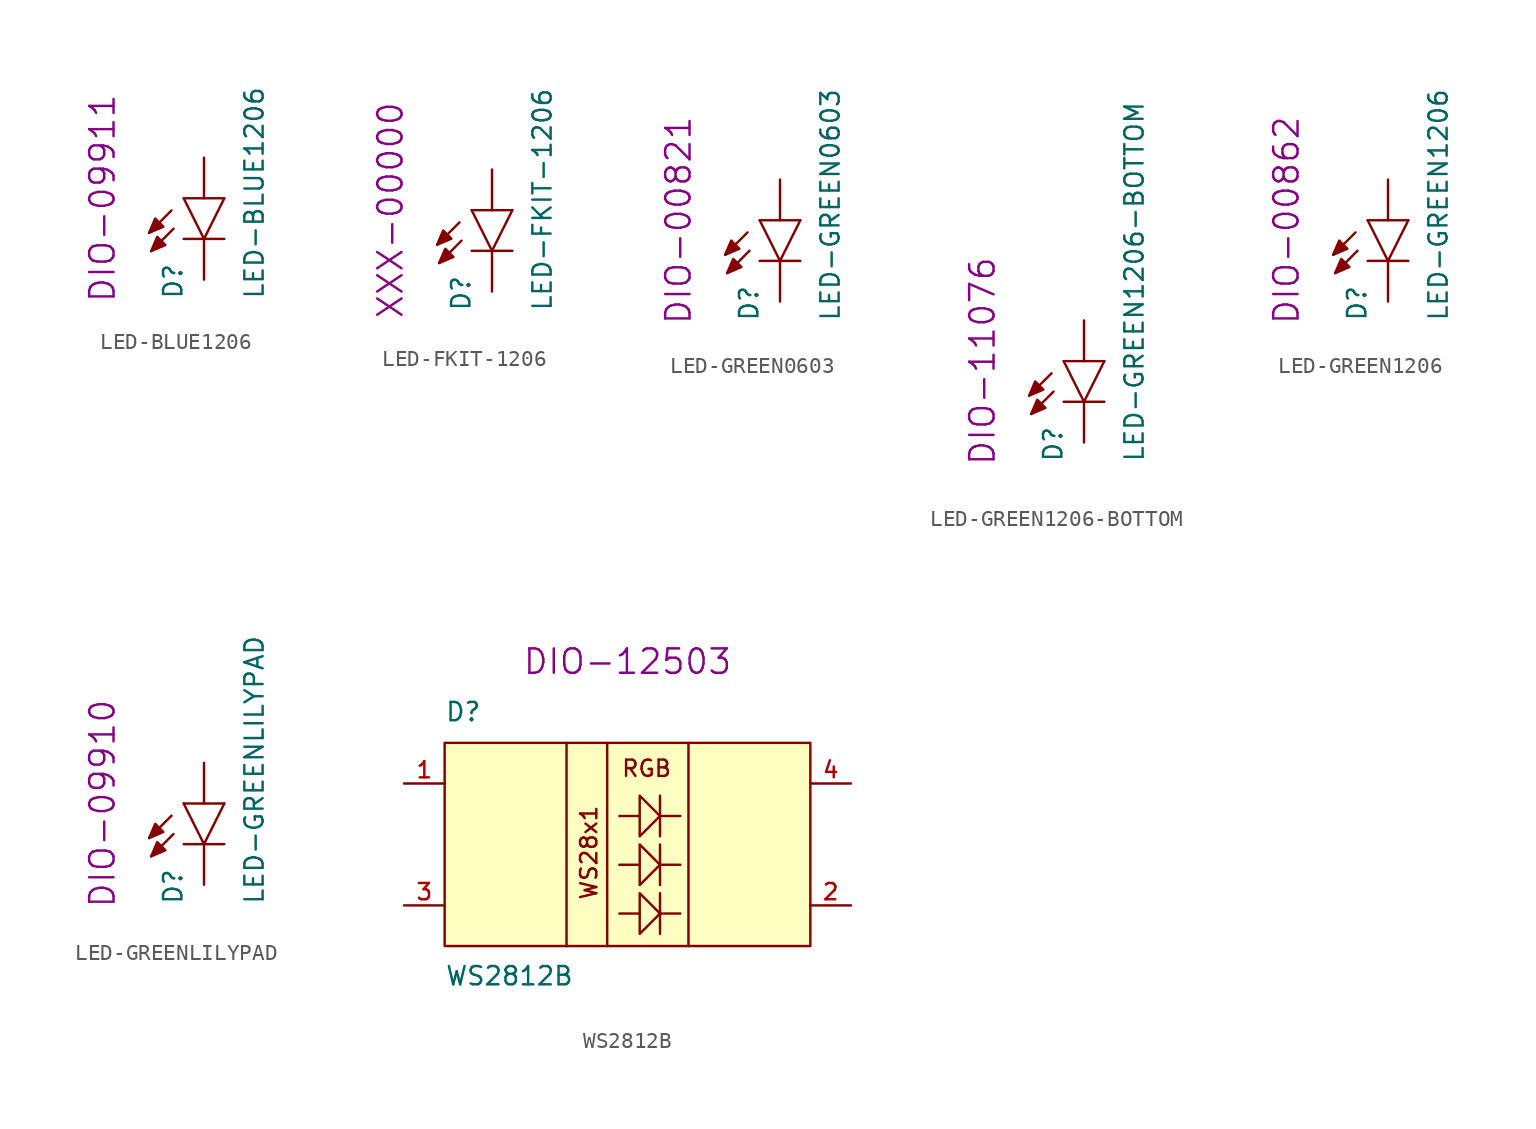
<source format=kicad_sym>
(kicad_symbol_lib
  (version 20220914)
  (generator kicad_symbol_editor)
  (symbol "LED-BLUE1206"
    (pin_numbers hide)
    (pin_names
      (offset 1.016) hide)
    (property "Reference" "D"
      (at -1.27 -6.35 90)
      (effects (font (size 1.143 1.143)) (justify left bottom)))
    (property "Value" "LED-BLUE1206"
      (at 3.81 -6.35 90)
      (effects (font (size 1.143 1.143)) (justify left bottom)))
    (property "Field4" "DIO-09911"
      (at -6.35 0 90)
      (effects (font (size 1.524 1.524))))
    (property "ki_locked" ""
      (at 0 0 0)
      (effects (font (size 1.27 1.27))))
    (symbol "LED-BLUE1206_1_0"
      (polyline (pts (xy -2.032 -0.762) (xy -3.429 -2.159)) (stroke (width 0) (type solid)) (fill (type none)))
      (polyline (pts (xy -1.905 -1.905) (xy -3.302 -3.302)) (stroke (width 0) (type solid)) (fill (type none)))
      (polyline (pts (xy 0 -2.54) (xy -1.27 -2.54)) (stroke (width 0) (type solid)) (fill (type none)))
      (polyline (pts (xy 0 -2.54) (xy -1.27 0)) (stroke (width 0) (type solid)) (fill (type none)))
      (polyline (pts (xy 1.27 -2.54) (xy 0 -2.54)) (stroke (width 0) (type solid)) (fill (type none)))
      (polyline (pts (xy 1.27 0) (xy -1.27 0)) (stroke (width 0) (type solid)) (fill (type none)))
      (polyline (pts (xy 1.27 0) (xy 0 -2.54)) (stroke (width 0) (type solid)) (fill (type none))))
    (symbol "LED-BLUE1206_1_1"
      (polyline (pts (xy -3.429 -2.159) (xy -3.048 -1.27) (xy -3.048 -1.27) (xy -2.54 -1.778) (xy -2.54 -1.778) (xy -3.429 -2.159)) (stroke (width 0) (type solid)) (fill (type outline)))
      (polyline (pts (xy -3.302 -3.302) (xy -2.921 -2.413) (xy -2.921 -2.413) (xy -2.413 -2.921) (xy -2.413 -2.921) (xy -3.302 -3.302)) (stroke (width 0) (type solid)) (fill (type outline)))
      (pin passive line (at 0 2.54 270) (length 2.54) (name "A" (effects (font (size 1.016 1.016)))) (number "A" (effects (font (size 1.016 1.016)))))
      (pin passive line (at 0 -5.08 90) (length 2.54) (name "C" (effects (font (size 1.016 1.016)))) (number "C" (effects (font (size 1.016 1.016)))))))
  (symbol "LED-FKIT-1206"
    (pin_numbers hide)
    (pin_names
      (offset 1.016) hide)
    (property "Reference" "D"
      (at -1.27 -6.35 90)
      (effects (font (size 1.143 1.143)) (justify left bottom)))
    (property "Value" "LED-FKIT-1206"
      (at 3.81 -6.35 90)
      (effects (font (size 1.143 1.143)) (justify left bottom)))
    (property "Field4" "XXX-00000"
      (at -6.35 0 90)
      (effects (font (size 1.524 1.524))))
    (property "ki_locked" ""
      (at 0 0 0)
      (effects (font (size 1.27 1.27))))
    (symbol "LED-FKIT-1206_1_0"
      (polyline (pts (xy -2.032 -0.762) (xy -3.429 -2.159)) (stroke (width 0) (type solid)) (fill (type none)))
      (polyline (pts (xy -1.905 -1.905) (xy -3.302 -3.302)) (stroke (width 0) (type solid)) (fill (type none)))
      (polyline (pts (xy 0 -2.54) (xy -1.27 -2.54)) (stroke (width 0) (type solid)) (fill (type none)))
      (polyline (pts (xy 0 -2.54) (xy -1.27 0)) (stroke (width 0) (type solid)) (fill (type none)))
      (polyline (pts (xy 1.27 -2.54) (xy 0 -2.54)) (stroke (width 0) (type solid)) (fill (type none)))
      (polyline (pts (xy 1.27 0) (xy -1.27 0)) (stroke (width 0) (type solid)) (fill (type none)))
      (polyline (pts (xy 1.27 0) (xy 0 -2.54)) (stroke (width 0) (type solid)) (fill (type none))))
    (symbol "LED-FKIT-1206_1_1"
      (polyline (pts (xy -3.429 -2.159) (xy -3.048 -1.27) (xy -3.048 -1.27) (xy -2.54 -1.778) (xy -2.54 -1.778) (xy -3.429 -2.159)) (stroke (width 0) (type solid)) (fill (type outline)))
      (polyline (pts (xy -3.302 -3.302) (xy -2.921 -2.413) (xy -2.921 -2.413) (xy -2.413 -2.921) (xy -2.413 -2.921) (xy -3.302 -3.302)) (stroke (width 0) (type solid)) (fill (type outline)))
      (pin passive line (at 0 2.54 270) (length 2.54) (name "A" (effects (font (size 1.016 1.016)))) (number "A" (effects (font (size 1.016 1.016)))))
      (pin passive line (at 0 -5.08 90) (length 2.54) (name "C" (effects (font (size 1.016 1.016)))) (number "C" (effects (font (size 1.016 1.016)))))))
  (symbol "LED-GREEN0603"
    (pin_numbers hide)
    (pin_names
      (offset 1.016) hide)
    (property "Reference" "D"
      (at -1.27 -6.35 90)
      (effects (font (size 1.143 1.143)) (justify left bottom)))
    (property "Value" "LED-GREEN0603"
      (at 3.81 -6.35 90)
      (effects (font (size 1.143 1.143)) (justify left bottom)))
    (property "Field4" "DIO-00821"
      (at -6.35 0 90)
      (effects (font (size 1.524 1.524))))
    (property "ki_locked" ""
      (at 0 0 0)
      (effects (font (size 1.27 1.27))))
    (symbol "LED-GREEN0603_1_0"
      (polyline (pts (xy -2.032 -0.762) (xy -3.429 -2.159)) (stroke (width 0) (type solid)) (fill (type none)))
      (polyline (pts (xy -1.905 -1.905) (xy -3.302 -3.302)) (stroke (width 0) (type solid)) (fill (type none)))
      (polyline (pts (xy 0 -2.54) (xy -1.27 -2.54)) (stroke (width 0) (type solid)) (fill (type none)))
      (polyline (pts (xy 0 -2.54) (xy -1.27 0)) (stroke (width 0) (type solid)) (fill (type none)))
      (polyline (pts (xy 1.27 -2.54) (xy 0 -2.54)) (stroke (width 0) (type solid)) (fill (type none)))
      (polyline (pts (xy 1.27 0) (xy -1.27 0)) (stroke (width 0) (type solid)) (fill (type none)))
      (polyline (pts (xy 1.27 0) (xy 0 -2.54)) (stroke (width 0) (type solid)) (fill (type none))))
    (symbol "LED-GREEN0603_1_1"
      (polyline (pts (xy -3.429 -2.159) (xy -3.048 -1.27) (xy -3.048 -1.27) (xy -2.54 -1.778) (xy -2.54 -1.778) (xy -3.429 -2.159)) (stroke (width 0) (type solid)) (fill (type outline)))
      (polyline (pts (xy -3.302 -3.302) (xy -2.921 -2.413) (xy -2.921 -2.413) (xy -2.413 -2.921) (xy -2.413 -2.921) (xy -3.302 -3.302)) (stroke (width 0) (type solid)) (fill (type outline)))
      (pin passive line (at 0 2.54 270) (length 2.54) (name "A" (effects (font (size 1.016 1.016)))) (number "A" (effects (font (size 1.016 1.016)))))
      (pin passive line (at 0 -5.08 90) (length 2.54) (name "C" (effects (font (size 1.016 1.016)))) (number "C" (effects (font (size 1.016 1.016)))))))
  (symbol "LED-GREEN1206-BOTTOM"
    (pin_numbers hide)
    (pin_names
      (offset 1.016) hide)
    (property "Reference" "D"
      (at -1.27 -6.35 90)
      (effects (font (size 1.143 1.143)) (justify left bottom)))
    (property "Value" "LED-GREEN1206-BOTTOM"
      (at 3.81 -6.35 90)
      (effects (font (size 1.143 1.143)) (justify left bottom)))
    (property "Field4" "DIO-11076"
      (at -6.35 0 90)
      (effects (font (size 1.524 1.524))))
    (property "ki_locked" ""
      (at 0 0 0)
      (effects (font (size 1.27 1.27))))
    (symbol "LED-GREEN1206-BOTTOM_1_0"
      (polyline (pts (xy -2.032 -0.762) (xy -3.429 -2.159)) (stroke (width 0) (type solid)) (fill (type none)))
      (polyline (pts (xy -1.905 -1.905) (xy -3.302 -3.302)) (stroke (width 0) (type solid)) (fill (type none)))
      (polyline (pts (xy 0 -2.54) (xy -1.27 -2.54)) (stroke (width 0) (type solid)) (fill (type none)))
      (polyline (pts (xy 0 -2.54) (xy -1.27 0)) (stroke (width 0) (type solid)) (fill (type none)))
      (polyline (pts (xy 1.27 -2.54) (xy 0 -2.54)) (stroke (width 0) (type solid)) (fill (type none)))
      (polyline (pts (xy 1.27 0) (xy -1.27 0)) (stroke (width 0) (type solid)) (fill (type none)))
      (polyline (pts (xy 1.27 0) (xy 0 -2.54)) (stroke (width 0) (type solid)) (fill (type none))))
    (symbol "LED-GREEN1206-BOTTOM_1_1"
      (polyline (pts (xy -3.429 -2.159) (xy -3.048 -1.27) (xy -3.048 -1.27) (xy -2.54 -1.778) (xy -2.54 -1.778) (xy -3.429 -2.159)) (stroke (width 0) (type solid)) (fill (type outline)))
      (polyline (pts (xy -3.302 -3.302) (xy -2.921 -2.413) (xy -2.921 -2.413) (xy -2.413 -2.921) (xy -2.413 -2.921) (xy -3.302 -3.302)) (stroke (width 0) (type solid)) (fill (type outline)))
      (pin passive line (at 0 2.54 270) (length 2.54) (name "A" (effects (font (size 1.016 1.016)))) (number "A" (effects (font (size 1.016 1.016)))))
      (pin passive line (at 0 -5.08 90) (length 2.54) (name "C" (effects (font (size 1.016 1.016)))) (number "C" (effects (font (size 1.016 1.016)))))))
  (symbol "LED-GREEN1206"
    (pin_numbers hide)
    (pin_names
      (offset 1.016) hide)
    (property "Reference" "D"
      (at -1.27 -6.35 90)
      (effects (font (size 1.143 1.143)) (justify left bottom)))
    (property "Value" "LED-GREEN1206"
      (at 3.81 -6.35 90)
      (effects (font (size 1.143 1.143)) (justify left bottom)))
    (property "Field4" "DIO-00862"
      (at -6.35 0 90)
      (effects (font (size 1.524 1.524))))
    (property "ki_locked" ""
      (at 0 0 0)
      (effects (font (size 1.27 1.27))))
    (symbol "LED-GREEN1206_1_0"
      (polyline (pts (xy -2.032 -0.762) (xy -3.429 -2.159)) (stroke (width 0) (type solid)) (fill (type none)))
      (polyline (pts (xy -1.905 -1.905) (xy -3.302 -3.302)) (stroke (width 0) (type solid)) (fill (type none)))
      (polyline (pts (xy 0 -2.54) (xy -1.27 -2.54)) (stroke (width 0) (type solid)) (fill (type none)))
      (polyline (pts (xy 0 -2.54) (xy -1.27 0)) (stroke (width 0) (type solid)) (fill (type none)))
      (polyline (pts (xy 1.27 -2.54) (xy 0 -2.54)) (stroke (width 0) (type solid)) (fill (type none)))
      (polyline (pts (xy 1.27 0) (xy -1.27 0)) (stroke (width 0) (type solid)) (fill (type none)))
      (polyline (pts (xy 1.27 0) (xy 0 -2.54)) (stroke (width 0) (type solid)) (fill (type none))))
    (symbol "LED-GREEN1206_1_1"
      (polyline (pts (xy -3.429 -2.159) (xy -3.048 -1.27) (xy -3.048 -1.27) (xy -2.54 -1.778) (xy -2.54 -1.778) (xy -3.429 -2.159)) (stroke (width 0) (type solid)) (fill (type outline)))
      (polyline (pts (xy -3.302 -3.302) (xy -2.921 -2.413) (xy -2.921 -2.413) (xy -2.413 -2.921) (xy -2.413 -2.921) (xy -3.302 -3.302)) (stroke (width 0) (type solid)) (fill (type outline)))
      (pin passive line (at 0 2.54 270) (length 2.54) (name "A" (effects (font (size 1.016 1.016)))) (number "A" (effects (font (size 1.016 1.016)))))
      (pin passive line (at 0 -5.08 90) (length 2.54) (name "C" (effects (font (size 1.016 1.016)))) (number "C" (effects (font (size 1.016 1.016)))))))
  (symbol "LED-GREENLILYPAD"
    (pin_numbers hide)
    (pin_names
      (offset 1.016) hide)
    (property "Reference" "D"
      (at -1.27 -6.35 90)
      (effects (font (size 1.143 1.143)) (justify left bottom)))
    (property "Value" "LED-GREENLILYPAD"
      (at 3.81 -6.35 90)
      (effects (font (size 1.143 1.143)) (justify left bottom)))
    (property "Field4" "DIO-09910"
      (at -6.35 0 90)
      (effects (font (size 1.524 1.524))))
    (property "ki_locked" ""
      (at 0 0 0)
      (effects (font (size 1.27 1.27))))
    (symbol "LED-GREENLILYPAD_1_0"
      (polyline (pts (xy -2.032 -0.762) (xy -3.429 -2.159)) (stroke (width 0) (type solid)) (fill (type none)))
      (polyline (pts (xy -1.905 -1.905) (xy -3.302 -3.302)) (stroke (width 0) (type solid)) (fill (type none)))
      (polyline (pts (xy 0 -2.54) (xy -1.27 -2.54)) (stroke (width 0) (type solid)) (fill (type none)))
      (polyline (pts (xy 0 -2.54) (xy -1.27 0)) (stroke (width 0) (type solid)) (fill (type none)))
      (polyline (pts (xy 1.27 -2.54) (xy 0 -2.54)) (stroke (width 0) (type solid)) (fill (type none)))
      (polyline (pts (xy 1.27 0) (xy -1.27 0)) (stroke (width 0) (type solid)) (fill (type none)))
      (polyline (pts (xy 1.27 0) (xy 0 -2.54)) (stroke (width 0) (type solid)) (fill (type none))))
    (symbol "LED-GREENLILYPAD_1_1"
      (polyline (pts (xy -3.429 -2.159) (xy -3.048 -1.27) (xy -3.048 -1.27) (xy -2.54 -1.778) (xy -2.54 -1.778) (xy -3.429 -2.159)) (stroke (width 0) (type solid)) (fill (type outline)))
      (polyline (pts (xy -3.302 -3.302) (xy -2.921 -2.413) (xy -2.921 -2.413) (xy -2.413 -2.921) (xy -2.413 -2.921) (xy -3.302 -3.302)) (stroke (width 0) (type solid)) (fill (type outline)))
      (pin passive line (at 0 2.54 270) (length 2.54) (name "A" (effects (font (size 1.016 1.016)))) (number "A" (effects (font (size 1.016 1.016)))))
      (pin passive line (at 0 -5.08 90) (length 2.54) (name "C" (effects (font (size 1.016 1.016)))) (number "C" (effects (font (size 1.016 1.016)))))))
  (symbol "WS2812B"
    (pin_names
      (offset 1.016) hide)
    (property "Reference" "D"
      (at -11.43 8.89 0)
      (effects (font (size 1.143 1.143)) (justify left bottom)))
    (property "Value" "WS2812B"
      (at -11.43 -7.62 0)
      (effects (font (size 1.143 1.143)) (justify left bottom)))
    (property "Field4" "DIO-12503"
      (at 0 12.7 0)
      (effects (font (size 1.524 1.524))))
    (property "ki_locked" ""
      (at 0 0 0)
      (effects (font (size 1.27 1.27))))
    (symbol "WS2812B_1_0"
      (polyline (pts (xy -3.81 7.62) (xy -3.81 -5.08)) (stroke (width 0) (type solid)) (fill (type none)))
      (polyline (pts (xy -1.27 7.62) (xy -1.27 -5.08)) (stroke (width 0) (type solid)) (fill (type none)))
      (polyline (pts (xy 0.762 -3.048) (xy -0.508 -3.048)) (stroke (width 0) (type solid)) (fill (type none)))
      (polyline (pts (xy 0.762 0) (xy -0.508 0)) (stroke (width 0) (type solid)) (fill (type none)))
      (polyline (pts (xy 0.762 3.048) (xy -0.508 3.048)) (stroke (width 0) (type solid)) (fill (type none)))
      (polyline (pts (xy 2.032 -3.048) (xy 2.032 -4.318)) (stroke (width 0) (type solid)) (fill (type none)))
      (polyline (pts (xy 2.032 -3.048) (xy 3.302 -3.048)) (stroke (width 0) (type solid)) (fill (type none)))
      (polyline (pts (xy 2.032 -1.778) (xy 2.032 -3.048)) (stroke (width 0) (type solid)) (fill (type none)))
      (polyline (pts (xy 2.032 0) (xy 2.032 -1.27)) (stroke (width 0) (type solid)) (fill (type none)))
      (polyline (pts (xy 2.032 0) (xy 3.302 0)) (stroke (width 0) (type solid)) (fill (type none)))
      (polyline (pts (xy 2.032 1.27) (xy 2.032 0)) (stroke (width 0) (type solid)) (fill (type none)))
      (polyline (pts (xy 2.032 3.048) (xy 2.032 1.778)) (stroke (width 0) (type solid)) (fill (type none)))
      (polyline (pts (xy 2.032 3.048) (xy 3.302 3.048)) (stroke (width 0) (type solid)) (fill (type none)))
      (polyline (pts (xy 2.032 4.318) (xy 2.032 3.048)) (stroke (width 0) (type solid)) (fill (type none)))
      (polyline (pts (xy 3.81 7.62) (xy 3.81 -5.08)) (stroke (width 0) (type solid)) (fill (type none)))
      (text "RGB" (at 1.194 6.02 0) (effects (font (size 1.016 1.016))))
      (text "WS28x1" (at -2.413 0.762 900) (effects (font (size 1.016 1.016)))))
    (symbol "WS2812B_1_1"
      (polyline (pts (xy 0.762 -1.778) (xy 0.762 -3.048) (xy 0.762 -4.318) (xy 2.032 -3.048) (xy 0.762 -1.778)) (stroke (width 0) (type solid)) (fill (type background)))
      (polyline (pts (xy 0.762 1.27) (xy 0.762 0) (xy 0.762 -1.27) (xy 2.032 0) (xy 0.762 1.27)) (stroke (width 0) (type solid)) (fill (type background)))
      (polyline (pts (xy 0.762 4.318) (xy 0.762 3.048) (xy 0.762 1.778) (xy 2.032 3.048) (xy 0.762 4.318)) (stroke (width 0) (type solid)) (fill (type background)))
      (polyline (pts (xy 11.43 7.62) (xy 11.43 -5.08) (xy 3.81 -5.08) (xy -1.27 -5.08) (xy -3.81 -5.08) (xy -11.43 -5.08) (xy -11.43 7.62) (xy -3.81 7.62) (xy -1.27 7.62) (xy 3.81 7.62) (xy 11.43 7.62)) (stroke (width 0) (type solid)) (fill (type background)))
      (pin bidirectional line (at -13.97 5.08 0) (length 2.54) (name "VDD" (effects (font (size 1.016 1.016)))) (number "1" (effects (font (size 1.016 1.016)))))
      (pin bidirectional line (at 13.97 -2.54 180) (length 2.54) (name "DO" (effects (font (size 1.016 1.016)))) (number "2" (effects (font (size 1.016 1.016)))))
      (pin bidirectional line (at -13.97 -2.54 0) (length 2.54) (name "VSS" (effects (font (size 1.016 1.016)))) (number "3" (effects (font (size 1.016 1.016)))))
      (pin bidirectional line (at 13.97 5.08 180) (length 2.54) (name "DI" (effects (font (size 1.016 1.016)))) (number "4" (effects (font (size 1.016 1.016))))))))
</source>
